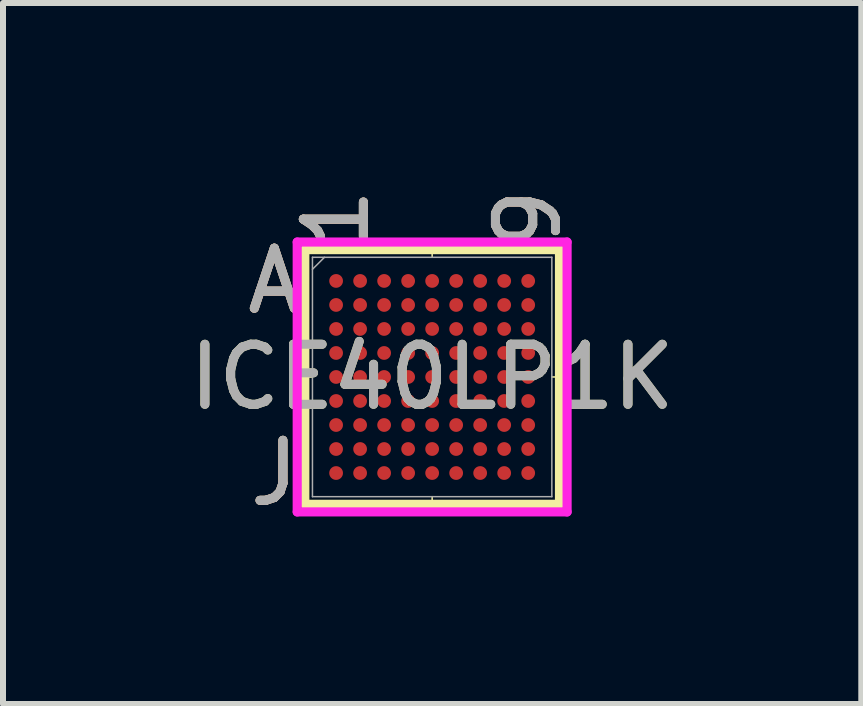
<source format=kicad_pcb>
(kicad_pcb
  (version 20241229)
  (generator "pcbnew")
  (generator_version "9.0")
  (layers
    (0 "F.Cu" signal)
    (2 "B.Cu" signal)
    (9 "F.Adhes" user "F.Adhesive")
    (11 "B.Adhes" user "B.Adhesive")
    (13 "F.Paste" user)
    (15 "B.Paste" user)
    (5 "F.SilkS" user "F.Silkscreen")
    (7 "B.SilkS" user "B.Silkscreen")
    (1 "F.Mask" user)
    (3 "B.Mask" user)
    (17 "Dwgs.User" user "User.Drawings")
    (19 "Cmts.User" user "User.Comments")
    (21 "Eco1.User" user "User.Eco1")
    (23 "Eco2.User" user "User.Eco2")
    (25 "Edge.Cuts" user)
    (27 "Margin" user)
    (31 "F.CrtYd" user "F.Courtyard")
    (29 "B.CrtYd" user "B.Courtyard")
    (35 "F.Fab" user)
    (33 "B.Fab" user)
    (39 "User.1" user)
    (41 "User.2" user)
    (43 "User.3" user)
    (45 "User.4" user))
  (footprint "ICE40LP1K"
    (layer "F.Cu")
    (at 4.149 3.23)
    (property "Reference" "ICE40LP1K" (at 0 0 0) (unlocked yes) (layer "F.SilkS") (effects (font (size 1 1) (thickness 0.15))))
    (attr smd)
    (fp_line (start -2.121 -2.121) (end -2.121 2.121) (stroke (width 0.152) (type solid)) (layer "F.SilkS"))
    (fp_line (start -2.121 2.121) (end 2.121 2.121) (stroke (width 0.152) (type solid)) (layer "F.SilkS"))
    (fp_line (start -1.994 0) (end -2.248 0) (stroke (width 0.025) (type solid)) (layer "F.SilkS"))
    (fp_line (start 0 -1.994) (end 0 -2.248) (stroke (width 0.025) (type solid)) (layer "F.SilkS"))
    (fp_line (start 0 1.994) (end 0 2.248) (stroke (width 0.025) (type solid)) (layer "F.SilkS"))
    (fp_line (start 1.994 0) (end 2.248 0) (stroke (width 0.025) (type solid)) (layer "F.SilkS"))
    (fp_line (start 2.121 -2.121) (end -2.121 -2.121) (stroke (width 0.152) (type solid)) (layer "F.SilkS"))
    (fp_line (start 2.121 2.121) (end 2.121 -2.121) (stroke (width 0.152) (type solid)) (layer "F.SilkS"))
    (fp_poly (pts (xy -2.244 -2.244) (xy 2.244 -2.244) (xy 2.244 2.244) (xy -2.244 2.244)) (stroke (width 0.1) (type solid)) (fill no) (layer "Eco2.User"))
    (fp_line (start -2.248 -2.248) (end 2.248 -2.248) (stroke (width 0.152) (type solid)) (layer "F.CrtYd"))
    (fp_line (start -2.248 2.248) (end -2.248 -2.248) (stroke (width 0.152) (type solid)) (layer "F.CrtYd"))
    (fp_line (start 2.248 -2.248) (end 2.248 2.248) (stroke (width 0.152) (type solid)) (layer "F.CrtYd"))
    (fp_line (start 2.248 2.248) (end -2.248 2.248) (stroke (width 0.152) (type solid)) (layer "F.CrtYd"))
    (fp_line (start -1.994 -1.994) (end -1.994 1.994) (stroke (width 0.025) (type solid)) (layer "F.Fab"))
    (fp_line (start -1.994 1.994) (end 1.994 1.994) (stroke (width 0.025) (type solid)) (layer "F.Fab"))
    (fp_line (start -1.794 -1.994) (end -1.994 -1.794) (stroke (width 0.025) (type solid)) (layer "F.Fab"))
    (fp_line (start 1.994 -1.994) (end -1.994 -1.994) (stroke (width 0.025) (type solid)) (layer "F.Fab"))
    (fp_line (start 1.994 1.994) (end 1.994 -1.994) (stroke (width 0.025) (type solid)) (layer "F.Fab"))
    (fp_text user "9" (at 1.6 -2.629 90) (unlocked yes) (layer "F.SilkS") (effects (font (size 1 1) (thickness 0.15))))
    (fp_text user "J" (at -2.629 1.6 0) (unlocked yes) (layer "F.SilkS") (effects (font (size 1 1) (thickness 0.15))))
    (fp_text user "1" (at -1.6 -2.629 90) (unlocked yes) (layer "F.SilkS") (effects (font (size 1 1) (thickness 0.15))))
    (fp_text user "A" (at -2.629 -1.6 0) (unlocked yes) (layer "F.SilkS") (effects (font (size 1 1) (thickness 0.15))))
    (fp_text user "1" (at -1.6 -2.629 90) (unlocked yes) (layer "B.SilkS") (effects (font (size 1 1) (thickness 0.15))))
    (fp_text user "A" (at -2.629 -1.6 0) (unlocked yes) (layer "B.SilkS") (effects (font (size 1 1) (thickness 0.15))))
    (fp_text user "9" (at 1.6 -2.629 90) (unlocked yes) (layer "B.SilkS") (effects (font (size 1 1) (thickness 0.15))))
    (fp_text user "J" (at -2.629 1.6 0) (unlocked yes) (layer "B.SilkS") (effects (font (size 1 1) (thickness 0.15))))
    (fp_text user "1" (at -1.6 -2.629 90) (unlocked yes) (layer "F.Fab") (effects (font (size 1 1) (thickness 0.15))))
    (fp_text user "A" (at -2.629 -1.6 0) (unlocked yes) (layer "F.Fab") (effects (font (size 1 1) (thickness 0.15))))
    (fp_text user "9" (at 1.6 -2.629 90) (unlocked yes) (layer "F.Fab") (effects (font (size 1 1) (thickness 0.15))))
    (fp_text user "${REFERENCE}" (at 0 0 0) (unlocked yes) (layer "F.Fab") (effects (font (size 1 1) (thickness 0.15))))
    (fp_text user "J" (at -2.629 1.6 0) (unlocked yes) (layer "F.Fab") (effects (font (size 1 1) (thickness 0.15))))
    (pad "A1" smd circle (at -1.6 -1.6) (size 0.229 0.229) (layers "F.Cu" "F.Mask" "F.Paste"))
    (pad "A2" smd circle (at -1.2 -1.6) (size 0.229 0.229) (layers "F.Cu" "F.Mask" "F.Paste"))
    (pad "A3" smd circle (at -0.8 -1.6) (size 0.229 0.229) (layers "F.Cu" "F.Mask" "F.Paste"))
    (pad "A4" smd circle (at -0.4 -1.6) (size 0.229 0.229) (layers "F.Cu" "F.Mask" "F.Paste"))
    (pad "A5" smd circle (at 0 -1.6) (size 0.229 0.229) (layers "F.Cu" "F.Mask" "F.Paste"))
    (pad "A6" smd circle (at 0.4 -1.6) (size 0.229 0.229) (layers "F.Cu" "F.Mask" "F.Paste"))
    (pad "A7" smd circle (at 0.8 -1.6) (size 0.229 0.229) (layers "F.Cu" "F.Mask" "F.Paste"))
    (pad "A8" smd circle (at 1.2 -1.6) (size 0.229 0.229) (layers "F.Cu" "F.Mask" "F.Paste"))
    (pad "A9" smd circle (at 1.6 -1.6) (size 0.229 0.229) (layers "F.Cu" "F.Mask" "F.Paste"))
    (pad "B1" smd circle (at -1.6 -1.2) (size 0.229 0.229) (layers "F.Cu" "F.Mask" "F.Paste"))
    (pad "B2" smd circle (at -1.2 -1.2) (size 0.229 0.229) (layers "F.Cu" "F.Mask" "F.Paste"))
    (pad "B3" smd circle (at -0.8 -1.2) (size 0.229 0.229) (layers "F.Cu" "F.Mask" "F.Paste"))
    (pad "B4" smd circle (at -0.4 -1.2) (size 0.229 0.229) (layers "F.Cu" "F.Mask" "F.Paste"))
    (pad "B5" smd circle (at 0 -1.2) (size 0.229 0.229) (layers "F.Cu" "F.Mask" "F.Paste"))
    (pad "B6" smd circle (at 0.4 -1.2) (size 0.229 0.229) (layers "F.Cu" "F.Mask" "F.Paste"))
    (pad "B7" smd circle (at 0.8 -1.2) (size 0.229 0.229) (layers "F.Cu" "F.Mask" "F.Paste"))
    (pad "B8" smd circle (at 1.2 -1.2) (size 0.229 0.229) (layers "F.Cu" "F.Mask" "F.Paste"))
    (pad "B9" smd circle (at 1.6 -1.2) (size 0.229 0.229) (layers "F.Cu" "F.Mask" "F.Paste"))
    (pad "C1" smd circle (at -1.6 -0.8) (size 0.229 0.229) (layers "F.Cu" "F.Mask" "F.Paste"))
    (pad "C2" smd circle (at -1.2 -0.8) (size 0.229 0.229) (layers "F.Cu" "F.Mask" "F.Paste"))
    (pad "C3" smd circle (at -0.8 -0.8) (size 0.229 0.229) (layers "F.Cu" "F.Mask" "F.Paste"))
    (pad "C4" smd circle (at -0.4 -0.8) (size 0.229 0.229) (layers "F.Cu" "F.Mask" "F.Paste"))
    (pad "C5" smd circle (at 0 -0.8) (size 0.229 0.229) (layers "F.Cu" "F.Mask" "F.Paste"))
    (pad "C6" smd circle (at 0.4 -0.8) (size 0.229 0.229) (layers "F.Cu" "F.Mask" "F.Paste"))
    (pad "C7" smd circle (at 0.8 -0.8) (size 0.229 0.229) (layers "F.Cu" "F.Mask" "F.Paste"))
    (pad "C8" smd circle (at 1.2 -0.8) (size 0.229 0.229) (layers "F.Cu" "F.Mask" "F.Paste"))
    (pad "C9" smd circle (at 1.6 -0.8) (size 0.229 0.229) (layers "F.Cu" "F.Mask" "F.Paste"))
    (pad "D1" smd circle (at -1.6 -0.4) (size 0.229 0.229) (layers "F.Cu" "F.Mask" "F.Paste"))
    (pad "D2" smd circle (at -1.2 -0.4) (size 0.229 0.229) (layers "F.Cu" "F.Mask" "F.Paste"))
    (pad "D3" smd circle (at -0.8 -0.4) (size 0.229 0.229) (layers "F.Cu" "F.Mask" "F.Paste"))
    (pad "D4" smd circle (at -0.4 -0.4) (size 0.229 0.229) (layers "F.Cu" "F.Mask" "F.Paste"))
    (pad "D5" smd circle (at 0 -0.4) (size 0.229 0.229) (layers "F.Cu" "F.Mask" "F.Paste"))
    (pad "D6" smd circle (at 0.4 -0.4) (size 0.229 0.229) (layers "F.Cu" "F.Mask" "F.Paste"))
    (pad "D7" smd circle (at 0.8 -0.4) (size 0.229 0.229) (layers "F.Cu" "F.Mask" "F.Paste"))
    (pad "D8" smd circle (at 1.2 -0.4) (size 0.229 0.229) (layers "F.Cu" "F.Mask" "F.Paste"))
    (pad "D9" smd circle (at 1.6 -0.4) (size 0.229 0.229) (layers "F.Cu" "F.Mask" "F.Paste"))
    (pad "E1" smd circle (at -1.6 0) (size 0.229 0.229) (layers "F.Cu" "F.Mask" "F.Paste"))
    (pad "E2" smd circle (at -1.2 0) (size 0.229 0.229) (layers "F.Cu" "F.Mask" "F.Paste"))
    (pad "E3" smd circle (at -0.8 0) (size 0.229 0.229) (layers "F.Cu" "F.Mask" "F.Paste"))
    (pad "E4" smd circle (at -0.4 0) (size 0.229 0.229) (layers "F.Cu" "F.Mask" "F.Paste"))
    (pad "E5" smd circle (at 0 0) (size 0.229 0.229) (layers "F.Cu" "F.Mask" "F.Paste"))
    (pad "E6" smd circle (at 0.4 0) (size 0.229 0.229) (layers "F.Cu" "F.Mask" "F.Paste"))
    (pad "E7" smd circle (at 0.8 0) (size 0.229 0.229) (layers "F.Cu" "F.Mask" "F.Paste"))
    (pad "E8" smd circle (at 1.2 0) (size 0.229 0.229) (layers "F.Cu" "F.Mask" "F.Paste"))
    (pad "E9" smd circle (at 1.6 0) (size 0.229 0.229) (layers "F.Cu" "F.Mask" "F.Paste"))
    (pad "F1" smd circle (at -1.6 0.4) (size 0.229 0.229) (layers "F.Cu" "F.Mask" "F.Paste"))
    (pad "F2" smd circle (at -1.2 0.4) (size 0.229 0.229) (layers "F.Cu" "F.Mask" "F.Paste"))
    (pad "F3" smd circle (at -0.8 0.4) (size 0.229 0.229) (layers "F.Cu" "F.Mask" "F.Paste"))
    (pad "F4" smd circle (at -0.4 0.4) (size 0.229 0.229) (layers "F.Cu" "F.Mask" "F.Paste"))
    (pad "F5" smd circle (at 0 0.4) (size 0.229 0.229) (layers "F.Cu" "F.Mask" "F.Paste"))
    (pad "F6" smd circle (at 0.4 0.4) (size 0.229 0.229) (layers "F.Cu" "F.Mask" "F.Paste"))
    (pad "F7" smd circle (at 0.8 0.4) (size 0.229 0.229) (layers "F.Cu" "F.Mask" "F.Paste"))
    (pad "F8" smd circle (at 1.2 0.4) (size 0.229 0.229) (layers "F.Cu" "F.Mask" "F.Paste"))
    (pad "F9" smd circle (at 1.6 0.4) (size 0.229 0.229) (layers "F.Cu" "F.Mask" "F.Paste"))
    (pad "G1" smd circle (at -1.6 0.8) (size 0.229 0.229) (layers "F.Cu" "F.Mask" "F.Paste"))
    (pad "G2" smd circle (at -1.2 0.8) (size 0.229 0.229) (layers "F.Cu" "F.Mask" "F.Paste"))
    (pad "G3" smd circle (at -0.8 0.8) (size 0.229 0.229) (layers "F.Cu" "F.Mask" "F.Paste"))
    (pad "G4" smd circle (at -0.4 0.8) (size 0.229 0.229) (layers "F.Cu" "F.Mask" "F.Paste"))
    (pad "G5" smd circle (at 0 0.8) (size 0.229 0.229) (layers "F.Cu" "F.Mask" "F.Paste"))
    (pad "G6" smd circle (at 0.4 0.8) (size 0.229 0.229) (layers "F.Cu" "F.Mask" "F.Paste"))
    (pad "G7" smd circle (at 0.8 0.8) (size 0.229 0.229) (layers "F.Cu" "F.Mask" "F.Paste"))
    (pad "G8" smd circle (at 1.2 0.8) (size 0.229 0.229) (layers "F.Cu" "F.Mask" "F.Paste"))
    (pad "G9" smd circle (at 1.6 0.8) (size 0.229 0.229) (layers "F.Cu" "F.Mask" "F.Paste"))
    (pad "H1" smd circle (at -1.6 1.2) (size 0.229 0.229) (layers "F.Cu" "F.Mask" "F.Paste"))
    (pad "H2" smd circle (at -1.2 1.2) (size 0.229 0.229) (layers "F.Cu" "F.Mask" "F.Paste"))
    (pad "H3" smd circle (at -0.8 1.2) (size 0.229 0.229) (layers "F.Cu" "F.Mask" "F.Paste"))
    (pad "H4" smd circle (at -0.4 1.2) (size 0.229 0.229) (layers "F.Cu" "F.Mask" "F.Paste"))
    (pad "H5" smd circle (at 0 1.2) (size 0.229 0.229) (layers "F.Cu" "F.Mask" "F.Paste"))
    (pad "H6" smd circle (at 0.4 1.2) (size 0.229 0.229) (layers "F.Cu" "F.Mask" "F.Paste"))
    (pad "H7" smd circle (at 0.8 1.2) (size 0.229 0.229) (layers "F.Cu" "F.Mask" "F.Paste"))
    (pad "H8" smd circle (at 1.2 1.2) (size 0.229 0.229) (layers "F.Cu" "F.Mask" "F.Paste"))
    (pad "H9" smd circle (at 1.6 1.2) (size 0.229 0.229) (layers "F.Cu" "F.Mask" "F.Paste"))
    (pad "J1" smd circle (at -1.6 1.6) (size 0.229 0.229) (layers "F.Cu" "F.Mask" "F.Paste"))
    (pad "J2" smd circle (at -1.2 1.6) (size 0.229 0.229) (layers "F.Cu" "F.Mask" "F.Paste"))
    (pad "J3" smd circle (at -0.8 1.6) (size 0.229 0.229) (layers "F.Cu" "F.Mask" "F.Paste"))
    (pad "J4" smd circle (at -0.4 1.6) (size 0.229 0.229) (layers "F.Cu" "F.Mask" "F.Paste"))
    (pad "J5" smd circle (at 0 1.6) (size 0.229 0.229) (layers "F.Cu" "F.Mask" "F.Paste"))
    (pad "J6" smd circle (at 0.4 1.6) (size 0.229 0.229) (layers "F.Cu" "F.Mask" "F.Paste"))
    (pad "J7" smd circle (at 0.8 1.6) (size 0.229 0.229) (layers "F.Cu" "F.Mask" "F.Paste"))
    (pad "J8" smd circle (at 1.2 1.6) (size 0.229 0.229) (layers "F.Cu" "F.Mask" "F.Paste"))
    (pad "J9" smd circle (at 1.6 1.6) (size 0.229 0.229) (layers "F.Cu" "F.Mask" "F.Paste")))
  (gr_rect
    (start -3 -3)
    (end 11.298 8.678)
    (stroke (width 0.1) (type default))
    (fill no)
    (layer "Edge.Cuts")))
</source>
